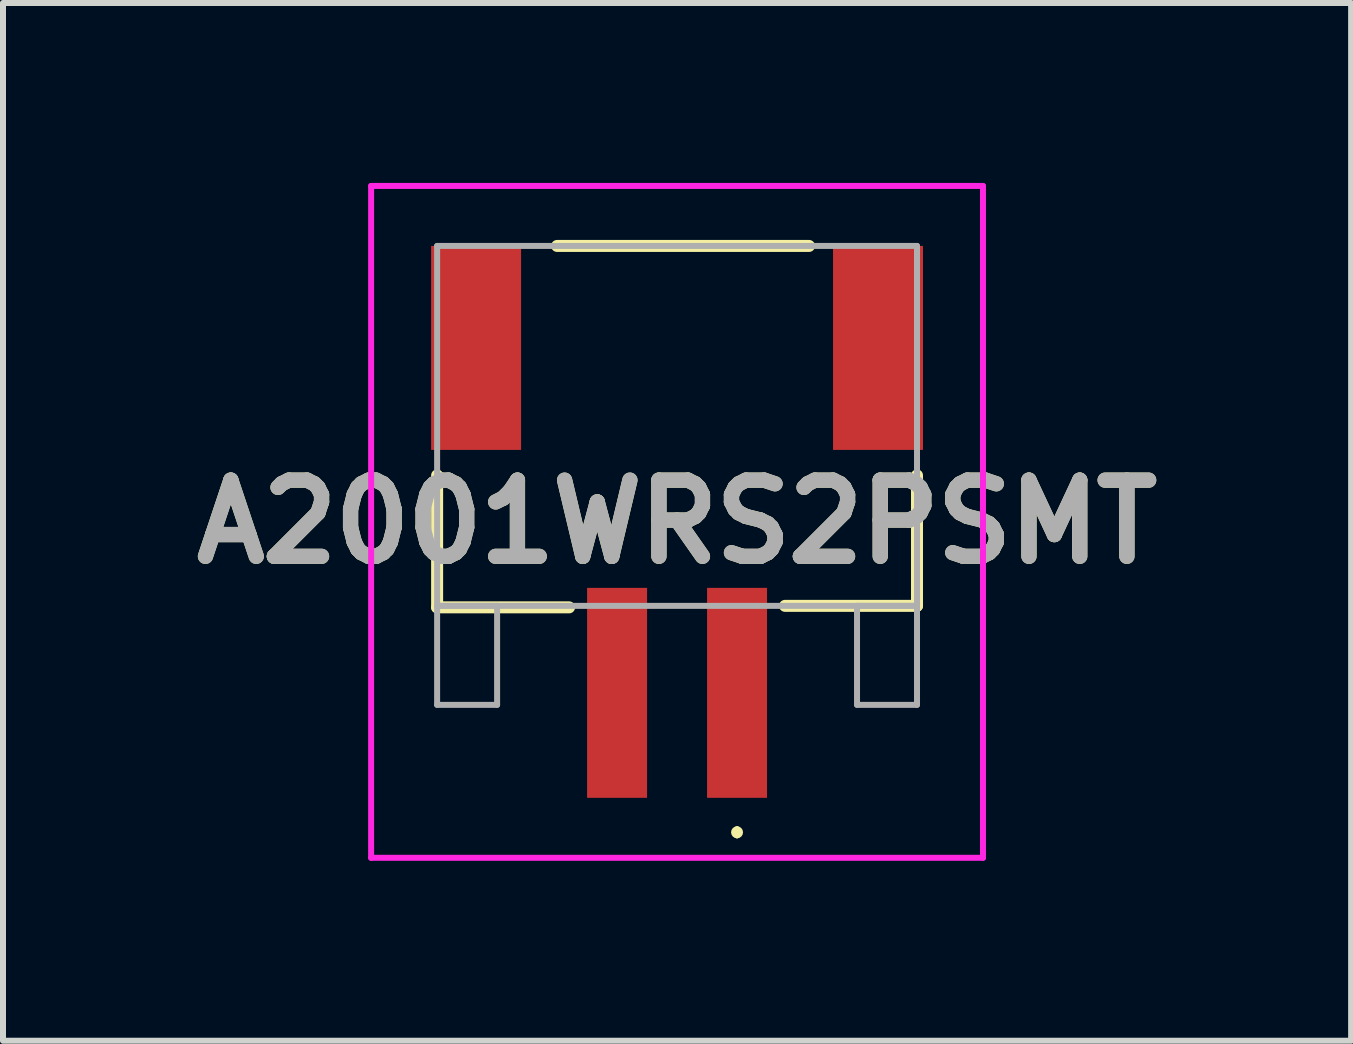
<source format=kicad_pcb>
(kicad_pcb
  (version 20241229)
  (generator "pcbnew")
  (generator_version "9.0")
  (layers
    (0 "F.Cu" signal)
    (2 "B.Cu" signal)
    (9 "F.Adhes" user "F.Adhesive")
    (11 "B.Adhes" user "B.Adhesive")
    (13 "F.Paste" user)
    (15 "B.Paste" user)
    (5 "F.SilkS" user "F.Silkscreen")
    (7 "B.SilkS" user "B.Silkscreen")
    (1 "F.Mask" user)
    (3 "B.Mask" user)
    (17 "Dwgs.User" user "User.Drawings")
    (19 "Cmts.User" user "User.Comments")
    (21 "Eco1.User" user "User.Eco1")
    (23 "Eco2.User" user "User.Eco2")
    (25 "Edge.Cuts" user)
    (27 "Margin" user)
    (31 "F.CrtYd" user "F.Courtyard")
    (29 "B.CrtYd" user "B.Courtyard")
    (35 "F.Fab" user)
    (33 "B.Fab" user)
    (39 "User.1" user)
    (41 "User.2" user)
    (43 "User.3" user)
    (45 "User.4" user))
  (footprint "A2001WRS2PSMT"
    (layer "F.Cu")
    (at 8.237 4.875)
    (property "Reference" "A2001WRS2PSMT" (at 0 0.775 0) (layer "F.SilkS") (effects (font (size 1.27 1.27) (thickness 0.254))))
    (attr smd)
    (fp_line (start -4 0) (end -4 2.2) (stroke (width 0.2) (type solid)) (layer "F.SilkS"))
    (fp_line (start -4 2.2) (end -1.8 2.2) (stroke (width 0.2) (type solid)) (layer "F.SilkS"))
    (fp_line (start 1 5.9) (end 1 5.9) (stroke (width 0.1) (type solid)) (layer "F.SilkS"))
    (fp_line (start 1 6) (end 1 6) (stroke (width 0.1) (type solid)) (layer "F.SilkS"))
    (fp_line (start 1.8 2.175) (end 4 2.175) (stroke (width 0.2) (type solid)) (layer "F.SilkS"))
    (fp_line (start 2.2 -3.825) (end -2 -3.825) (stroke (width 0.2) (type solid)) (layer "F.SilkS"))
    (fp_line (start 4 2.175) (end 4 0) (stroke (width 0.2) (type solid)) (layer "F.SilkS"))
    (fp_arc (start 1 5.9) (mid 1.05 5.95) (end 1 6) (stroke (width 0.1) (type solid)) (layer "F.SilkS"))
    (fp_arc (start 1 6) (mid 0.95 5.95) (end 1 5.9) (stroke (width 0.1) (type solid)) (layer "F.SilkS"))
    (fp_line (start -5.1 -4.825) (end 5.1 -4.825) (stroke (width 0.1) (type solid)) (layer "F.CrtYd"))
    (fp_line (start -5.1 6.375) (end -5.1 -4.825) (stroke (width 0.1) (type solid)) (layer "F.CrtYd"))
    (fp_line (start 5.1 -4.825) (end 5.1 6.375) (stroke (width 0.1) (type solid)) (layer "F.CrtYd"))
    (fp_line (start 5.1 6.375) (end -5.1 6.375) (stroke (width 0.1) (type solid)) (layer "F.CrtYd"))
    (fp_line (start -4 -3.825) (end -4 2.175) (stroke (width 0.1) (type solid)) (layer "F.Fab"))
    (fp_line (start -4 2.175) (end -3 2.175) (stroke (width 0.1) (type solid)) (layer "F.Fab"))
    (fp_line (start -4 2.175) (end 4 2.175) (stroke (width 0.1) (type solid)) (layer "F.Fab"))
    (fp_line (start -4 3.825) (end -4 2.175) (stroke (width 0.1) (type solid)) (layer "F.Fab"))
    (fp_line (start -3 2.175) (end -3 3.825) (stroke (width 0.1) (type solid)) (layer "F.Fab"))
    (fp_line (start -3 3.825) (end -4 3.825) (stroke (width 0.1) (type solid)) (layer "F.Fab"))
    (fp_line (start 3 2.175) (end 3 3.825) (stroke (width 0.1) (type solid)) (layer "F.Fab"))
    (fp_line (start 3 3.825) (end 4 3.825) (stroke (width 0.1) (type solid)) (layer "F.Fab"))
    (fp_line (start 4 -3.825) (end -4 -3.825) (stroke (width 0.1) (type solid)) (layer "F.Fab"))
    (fp_line (start 4 2.175) (end 3 2.175) (stroke (width 0.1) (type solid)) (layer "F.Fab"))
    (fp_line (start 4 2.175) (end 4 -3.825) (stroke (width 0.1) (type solid)) (layer "F.Fab"))
    (fp_line (start 4 3.825) (end 4 2.175) (stroke (width 0.1) (type solid)) (layer "F.Fab"))
    (fp_text user "${REFERENCE}" (at 0 0.775 0) (layer "F.Fab") (effects (font (size 1.27 1.27) (thickness 0.254))))
    (pad "1" smd rect (at 1 3.625) (size 1 3.5) (layers "F.Cu" "F.Mask" "F.Paste"))
    (pad "2" smd rect (at -1 3.625) (size 1 3.5) (layers "F.Cu" "F.Mask" "F.Paste"))
    (pad "3" smd rect (at 3.35 -2.125) (size 1.5 3.4) (layers "F.Cu" "F.Mask" "F.Paste"))
    (pad "4" smd rect (at -3.35 -2.125) (size 1.5 3.4) (layers "F.Cu" "F.Mask" "F.Paste")))
  (gr_rect
    (start -3 -3)
    (end 19.474 14.3)
    (stroke (width 0.1) (type default))
    (fill no)
    (layer "Edge.Cuts")))
</source>
